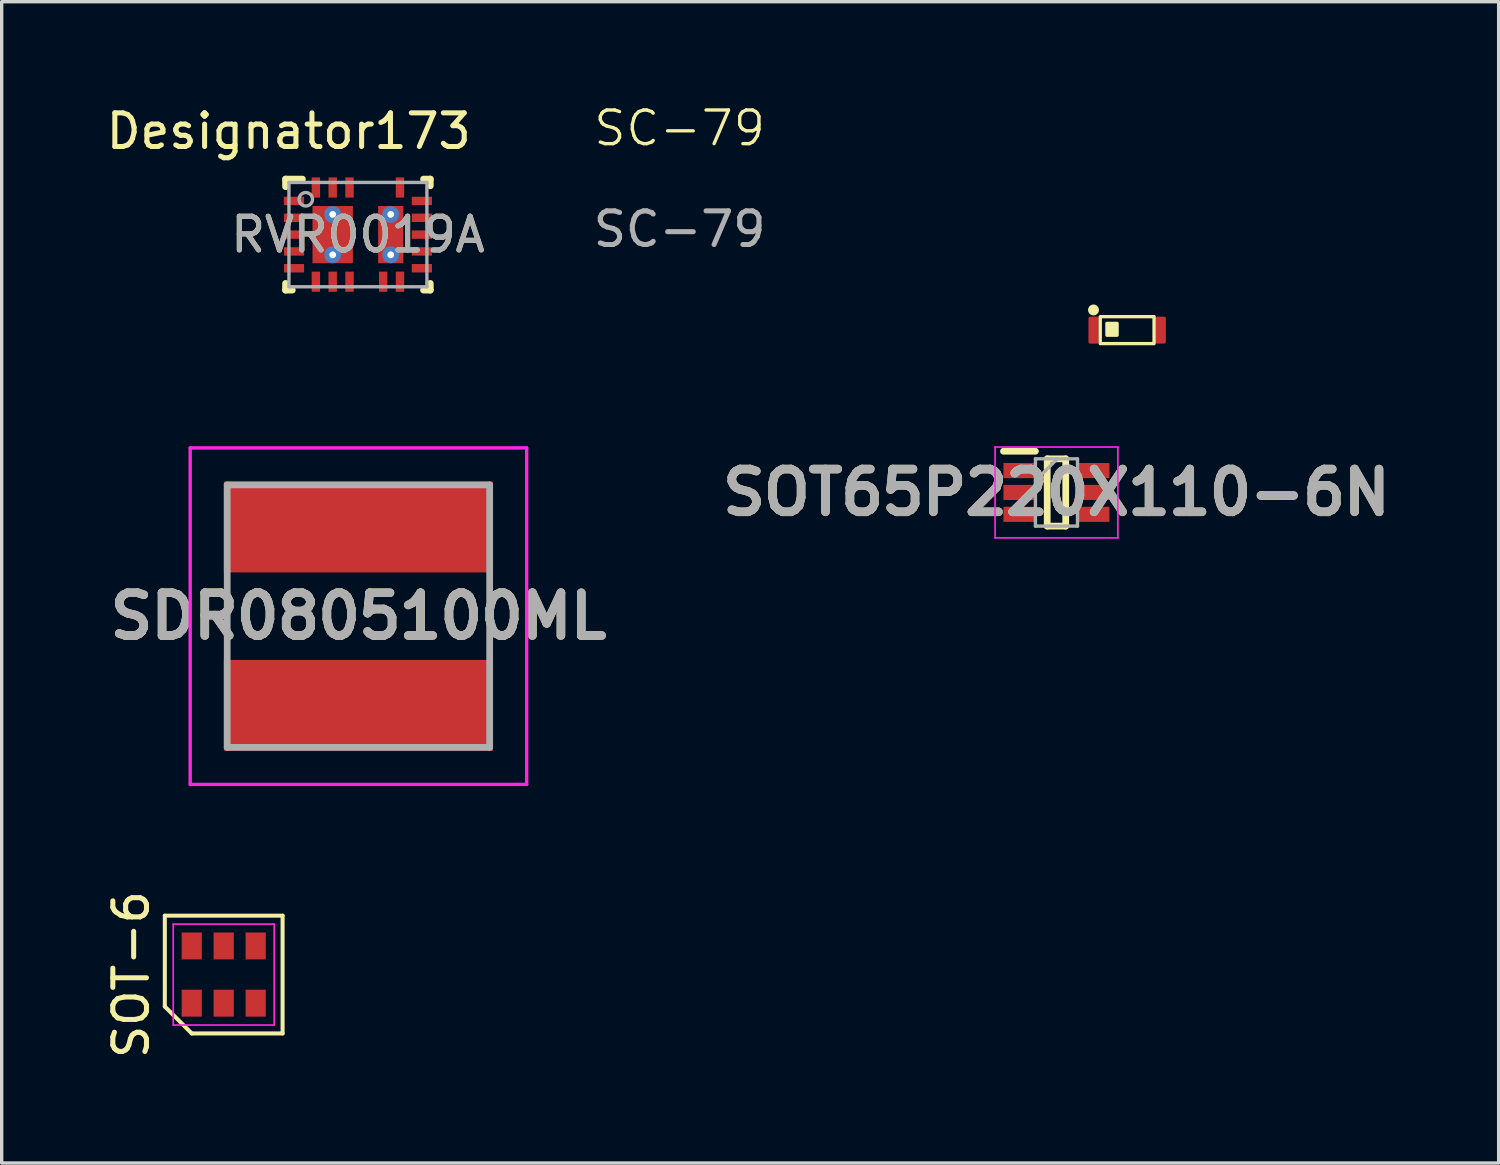
<source format=kicad_pcb>
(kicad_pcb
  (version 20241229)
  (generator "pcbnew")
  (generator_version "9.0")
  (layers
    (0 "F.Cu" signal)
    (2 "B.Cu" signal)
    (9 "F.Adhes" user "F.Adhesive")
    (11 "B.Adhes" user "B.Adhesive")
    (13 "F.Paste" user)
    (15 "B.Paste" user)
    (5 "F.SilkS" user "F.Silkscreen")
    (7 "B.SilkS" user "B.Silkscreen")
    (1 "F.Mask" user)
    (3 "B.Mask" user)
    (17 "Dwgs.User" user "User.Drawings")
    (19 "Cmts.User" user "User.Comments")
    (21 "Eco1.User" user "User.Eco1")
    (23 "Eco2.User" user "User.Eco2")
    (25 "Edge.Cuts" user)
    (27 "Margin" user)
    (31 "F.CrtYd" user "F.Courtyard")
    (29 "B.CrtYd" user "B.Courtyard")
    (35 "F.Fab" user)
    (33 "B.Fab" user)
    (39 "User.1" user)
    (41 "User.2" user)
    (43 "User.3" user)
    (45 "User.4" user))
  (footprint "SDR0805100ML"
    (layer "F.Cu")
    (at 7.602 15.261)
    (property "Reference" "SDR0805100ML" (at 0 0 0) (layer "F.SilkS") (effects (font (size 1.27 1.27) (thickness 0.254))))
    (attr smd)
    (fp_line (start -3.9 -1.2) (end -3.9 1.2) (stroke (width 0.1) (type solid)) (layer "F.SilkS"))
    (fp_line (start 3.9 -1.2) (end 3.9 1.2) (stroke (width 0.1) (type solid)) (layer "F.SilkS"))
    (fp_line (start -5 -5) (end 5 -5) (stroke (width 0.1) (type solid)) (layer "F.CrtYd"))
    (fp_line (start -5 5) (end -5 -5) (stroke (width 0.1) (type solid)) (layer "F.CrtYd"))
    (fp_line (start 5 -5) (end 5 5) (stroke (width 0.1) (type solid)) (layer "F.CrtYd"))
    (fp_line (start 5 5) (end -5 5) (stroke (width 0.1) (type solid)) (layer "F.CrtYd"))
    (fp_line (start -3.9 -3.9) (end 3.9 -3.9) (stroke (width 0.2) (type solid)) (layer "F.Fab"))
    (fp_line (start -3.9 3.9) (end -3.9 -3.9) (stroke (width 0.2) (type solid)) (layer "F.Fab"))
    (fp_line (start 3.9 -3.9) (end 3.9 3.9) (stroke (width 0.2) (type solid)) (layer "F.Fab"))
    (fp_line (start 3.9 3.9) (end -3.9 3.9) (stroke (width 0.2) (type solid)) (layer "F.Fab"))
    (fp_text user "${REFERENCE}" (at 0 0 0) (layer "F.Fab") (effects (font (size 1.27 1.27) (thickness 0.254))))
    (pad "1" smd rect (at 0 -2.65 90) (size 2.7 8) (layers "F.Cu" "F.Mask" "F.Paste"))
    (pad "2" smd rect (at 0 2.65 90) (size 2.7 8) (layers "F.Cu" "F.Mask" "F.Paste")))
  (footprint "SOT-6"
    (layer "F.Cu")
    (at 3.598 25.912)
    (property "Reference" "SOT-6" (at -2.75 0 90) (layer "F.SilkS") (effects (font (size 1 1) (thickness 0.15))))
    (attr smd)
    (fp_line (start -1.75 -1.75) (end 1.75 -1.75) (stroke (width 0.12) (type default)) (layer "F.SilkS"))
    (fp_line (start -1.75 0.95) (end -1.75 -1.75) (stroke (width 0.12) (type default)) (layer "F.SilkS"))
    (fp_line (start -0.95 1.75) (end -1.75 0.95) (stroke (width 0.12) (type default)) (layer "F.SilkS"))
    (fp_line (start 1.75 -1.75) (end 1.75 1.75) (stroke (width 0.12) (type default)) (layer "F.SilkS"))
    (fp_line (start 1.75 1.75) (end -0.95 1.75) (stroke (width 0.12) (type default)) (layer "F.SilkS"))
    (fp_line (start -1.5 -1.5) (end 1.5 -1.5) (stroke (width 0.05) (type default)) (layer "F.CrtYd"))
    (fp_line (start -1.5 1.5) (end -1.5 -1.5) (stroke (width 0.05) (type default)) (layer "F.CrtYd"))
    (fp_line (start 1.5 -1.5) (end 1.5 1.5) (stroke (width 0.05) (type default)) (layer "F.CrtYd"))
    (fp_line (start 1.5 1.5) (end -1.5 1.5) (stroke (width 0.05) (type default)) (layer "F.CrtYd"))
    (pad "1" smd rect (at -0.95 0.85) (size 0.6 0.8) (layers "F.Cu" "F.Mask" "F.Paste"))
    (pad "2" smd rect (at 0 0.85) (size 0.6 0.8) (layers "F.Cu" "F.Mask" "F.Paste"))
    (pad "3" smd rect (at 0.95 0.85) (size 0.6 0.8) (layers "F.Cu" "F.Mask" "F.Paste"))
    (pad "4" smd rect (at 0.95 -0.85) (size 0.6 0.8) (layers "F.Cu" "F.Mask" "F.Paste"))
    (pad "5" smd rect (at 0 -0.85) (size 0.6 0.8) (layers "F.Cu" "F.Mask" "F.Paste"))
    (pad "6" smd rect (at -0.95 -0.85) (size 0.6 0.8) (layers "F.Cu" "F.Mask" "F.Paste")))
  (footprint "RVR0019A"
    (layer "F.Cu")
    (at 7.587 3.922)
    (property "Reference" "RVR0019A" (at 0 0 0) (unlocked yes) (layer "F.SilkS") (effects (font (size 1 1) (thickness 0.15))))
    (attr smd)
    (fp_line (start -2.15 -1.65) (end -1.65 -1.65) (stroke (width 0.2) (type solid)) (layer "F.SilkS"))
    (fp_line (start -2.15 -1.425) (end -2.15 -1.65) (stroke (width 0.2) (type solid)) (layer "F.SilkS"))
    (fp_line (start -2.15 1.65) (end -2.15 1.45) (stroke (width 0.2) (type solid)) (layer "F.SilkS"))
    (fp_line (start -2.15 1.65) (end -1.95 1.65) (stroke (width 0.2) (type solid)) (layer "F.SilkS"))
    (fp_line (start 1.95 -1.65) (end 2.15 -1.65) (stroke (width 0.2) (type solid)) (layer "F.SilkS"))
    (fp_line (start 1.95 1.65) (end 2.15 1.65) (stroke (width 0.2) (type solid)) (layer "F.SilkS"))
    (fp_line (start 2.15 -1.45) (end 2.15 -1.65) (stroke (width 0.2) (type solid)) (layer "F.SilkS"))
    (fp_line (start 2.15 1.65) (end 2.15 1.45) (stroke (width 0.2) (type solid)) (layer "F.SilkS"))
    (fp_poly (pts (xy -1.315 -0.149) (xy -1.315 -0.801) (xy -1.314 -0.811) (xy -1.311 -0.82) (xy -1.307 -0.828) (xy -1.301 -0.836) (xy -1.293 -0.842) (xy -1.285 -0.846) (xy -1.276 -0.849) (xy -1.266 -0.85) (xy -0.234 -0.85) (xy -0.224 -0.849) (xy -0.215 -0.846) (xy -0.207 -0.842) (xy -0.199 -0.836) (xy -0.193 -0.828) (xy -0.189 -0.82) (xy -0.186 -0.811) (xy -0.185 -0.801) (xy -0.185 -0.149) (xy -0.186 -0.139) (xy -0.189 -0.13) (xy -0.193 -0.122) (xy -0.199 -0.114) (xy -0.207 -0.108) (xy -0.215 -0.104) (xy -0.224 -0.101) (xy -0.234 -0.1) (xy -1.266 -0.1) (xy -1.276 -0.101) (xy -1.285 -0.104) (xy -1.293 -0.108) (xy -1.301 -0.114) (xy -1.307 -0.122) (xy -1.311 -0.13) (xy -1.314 -0.139)) (stroke (width 0) (type solid)) (fill yes) (layer "F.Paste"))
    (fp_poly (pts (xy -1.315 0.801) (xy -1.315 0.149) (xy -1.314 0.139) (xy -1.311 0.13) (xy -1.307 0.122) (xy -1.301 0.114) (xy -1.293 0.108) (xy -1.285 0.104) (xy -1.276 0.101) (xy -1.266 0.1) (xy -0.234 0.1) (xy -0.224 0.101) (xy -0.215 0.104) (xy -0.207 0.108) (xy -0.199 0.114) (xy -0.193 0.122) (xy -0.189 0.13) (xy -0.186 0.139) (xy -0.185 0.149) (xy -0.185 0.801) (xy -0.186 0.811) (xy -0.189 0.82) (xy -0.193 0.828) (xy -0.199 0.836) (xy -0.207 0.842) (xy -0.215 0.846) (xy -0.224 0.849) (xy -0.234 0.85) (xy -1.266 0.85) (xy -1.276 0.849) (xy -1.285 0.846) (xy -1.293 0.842) (xy -1.301 0.836) (xy -1.307 0.828) (xy -1.311 0.82) (xy -1.314 0.811)) (stroke (width 0) (type solid)) (fill yes) (layer "F.Paste"))
    (fp_poly (pts (xy 0.62 -0.146) (xy 0.62 -0.804) (xy 0.621 -0.813) (xy 0.624 -0.822) (xy 0.628 -0.829) (xy 0.634 -0.836) (xy 0.641 -0.842) (xy 0.648 -0.846) (xy 0.657 -0.849) (xy 0.666 -0.85) (xy 1.284 -0.85) (xy 1.293 -0.849) (xy 1.302 -0.846) (xy 1.309 -0.842) (xy 1.316 -0.836) (xy 1.322 -0.829) (xy 1.326 -0.822) (xy 1.329 -0.813) (xy 1.33 -0.804) (xy 1.33 -0.146) (xy 1.329 -0.137) (xy 1.326 -0.128) (xy 1.322 -0.121) (xy 1.316 -0.114) (xy 1.309 -0.108) (xy 1.302 -0.104) (xy 1.293 -0.101) (xy 1.284 -0.1) (xy 0.666 -0.1) (xy 0.657 -0.101) (xy 0.648 -0.104) (xy 0.641 -0.108) (xy 0.634 -0.114) (xy 0.628 -0.121) (xy 0.624 -0.128) (xy 0.621 -0.137)) (stroke (width 0) (type solid)) (fill yes) (layer "F.Paste"))
    (fp_poly (pts (xy 0.62 0.804) (xy 0.62 0.146) (xy 0.621 0.137) (xy 0.624 0.128) (xy 0.628 0.121) (xy 0.634 0.114) (xy 0.641 0.108) (xy 0.648 0.104) (xy 0.657 0.101) (xy 0.666 0.1) (xy 1.284 0.1) (xy 1.293 0.101) (xy 1.302 0.104) (xy 1.309 0.108) (xy 1.316 0.114) (xy 1.322 0.121) (xy 1.326 0.128) (xy 1.329 0.137) (xy 1.33 0.146) (xy 1.33 0.804) (xy 1.329 0.813) (xy 1.326 0.822) (xy 1.322 0.829) (xy 1.316 0.836) (xy 1.309 0.842) (xy 1.302 0.846) (xy 1.293 0.849) (xy 1.284 0.85) (xy 0.666 0.85) (xy 0.657 0.849) (xy 0.648 0.846) (xy 0.641 0.842) (xy 0.634 0.836) (xy 0.628 0.829) (xy 0.624 0.822) (xy 0.621 0.813)) (stroke (width 0) (type solid)) (fill yes) (layer "F.Paste"))
    (fp_line (start -2.05 1.55) (end -2.05 -1.55) (stroke (width 0.1) (type solid)) (layer "F.Fab"))
    (fp_line (start -2.05 1.55) (end 2.05 1.55) (stroke (width 0.1) (type solid)) (layer "F.Fab"))
    (fp_line (start -2.05 -1.55) (end 2.05 -1.55) (stroke (width 0.1) (type solid)) (layer "F.Fab"))
    (fp_line (start 2.05 1.55) (end 2.05 -1.55) (stroke (width 0.1) (type solid)) (layer "F.Fab"))
    (fp_circle (center -1.55 -1.05) (end -1.35 -1.05) (stroke (width 0.1) (type solid)) (fill no) (layer "F.Fab"))
    (fp_text user "Designator173" (at -2.057 -3.073 0) (unlocked yes) (layer "F.SilkS") (effects (font (size 1 1) (thickness 0.15))))
    (fp_text user "${REFERENCE}" (at 0 0 0) (unlocked yes) (layer "F.Fab") (effects (font (size 1 1) (thickness 0.15))))
    (pad "1" smd rect (at -1.9 -1 90) (size 0.25 0.6) (layers "F.Cu" "F.Mask" "F.Paste"))
    (pad "2" smd rect (at -1.9 -0.5 90) (size 0.25 0.6) (layers "F.Cu" "F.Mask" "F.Paste"))
    (pad "3" smd rect (at -1.9 -0.000003 90) (size 0.25 0.6) (layers "F.Cu" "F.Mask" "F.Paste"))
    (pad "4" smd rect (at -1.9 0.5 90) (size 0.25 0.6) (layers "F.Cu" "F.Mask" "F.Paste"))
    (pad "5" smd rect (at -1.9 1 90) (size 0.25 0.6) (layers "F.Cu" "F.Mask" "F.Paste"))
    (pad "6" smd rect (at -1.25 1.4) (size 0.25 0.6) (layers "F.Cu" "F.Mask" "F.Paste"))
    (pad "7" smd rect (at -0.75 1.4) (size 0.25 0.6) (layers "F.Cu" "F.Mask" "F.Paste"))
    (pad "8" smd rect (at -0.25 1.4) (size 0.25 0.6) (layers "F.Cu" "F.Mask" "F.Paste"))
    (pad "9" smd rect (at 0.75 1.4) (size 0.25 0.6) (layers "F.Cu" "F.Mask" "F.Paste"))
    (pad "10" smd rect (at 1.25 1.4) (size 0.25 0.6) (layers "F.Cu" "F.Mask" "F.Paste"))
    (pad "11" smd rect (at 1.9 1 90) (size 0.25 0.6) (layers "F.Cu" "F.Mask" "F.Paste"))
    (pad "12" smd rect (at 1.9 0.5 90) (size 0.25 0.6) (layers "F.Cu" "F.Mask" "F.Paste"))
    (pad "13" smd rect (at 1.9 -0.000003 90) (size 0.25 0.6) (layers "F.Cu" "F.Mask" "F.Paste"))
    (pad "14" smd rect (at 1.9 -0.5 90) (size 0.25 0.6) (layers "F.Cu" "F.Mask" "F.Paste"))
    (pad "15" smd rect (at 1.9 -1 90) (size 0.25 0.6) (layers "F.Cu" "F.Mask" "F.Paste"))
    (pad "16" smd rect (at 1.25 -1.4) (size 0.25 0.6) (layers "F.Cu" "F.Mask" "F.Paste"))
    (pad "17" smd rect (at -0.25 -1.4) (size 0.25 0.6) (layers "F.Cu" "F.Mask" "F.Paste"))
    (pad "18" smd rect (at -0.75 -1.4) (size 0.25 0.6) (layers "F.Cu" "F.Mask" "F.Paste"))
    (pad "19" smd rect (at -1.25 -1.4) (size 0.25 0.6) (layers "F.Cu" "F.Mask" "F.Paste"))
    (pad "20" smd rect (at -0.75 -0.000003) (size 1.2 1.7) (layers "F.Cu" "F.Mask"))
    (pad "21" smd rect (at 0.975 0) (size 0.75 1.7) (layers "F.Cu" "F.Mask"))
    (pad "V" thru_hole circle (at -0.75 -0.6) (size 0.5 0.5) (drill 0.203) (layers "*.Cu" "*.Mask"))
    (pad "V" thru_hole circle (at -0.75 0.6) (size 0.5 0.5) (drill 0.203) (layers "*.Cu" "*.Mask"))
    (pad "V" thru_hole circle (at 0.975 -0.6) (size 0.5 0.5) (drill 0.203) (layers "*.Cu" "*.Mask"))
    (pad "V" thru_hole circle (at 0.975 0.6) (size 0.5 0.5) (drill 0.203) (layers "*.Cu" "*.Mask")))
  (footprint "SOT65P220X110-6N"
    (layer "F.Cu")
    (at 28.346 11.585)
    (property "Reference" "SOT65P220X110-6N" (at 0 0 0) (layer "F.SilkS") (effects (font (size 1.27 1.27) (thickness 0.254))))
    (attr smd)
    (fp_line (start -1.575 -1.225) (end -0.625 -1.225) (stroke (width 0.2) (type solid)) (layer "F.SilkS"))
    (fp_line (start -0.275 -1) (end 0.275 -1) (stroke (width 0.2) (type solid)) (layer "F.SilkS"))
    (fp_line (start -0.275 1) (end -0.275 -1) (stroke (width 0.2) (type solid)) (layer "F.SilkS"))
    (fp_line (start 0.275 -1) (end 0.275 1) (stroke (width 0.2) (type solid)) (layer "F.SilkS"))
    (fp_line (start 0.275 1) (end -0.275 1) (stroke (width 0.2) (type solid)) (layer "F.SilkS"))
    (fp_line (start -1.825 -1.35) (end 1.825 -1.35) (stroke (width 0.05) (type solid)) (layer "F.CrtYd"))
    (fp_line (start -1.825 1.35) (end -1.825 -1.35) (stroke (width 0.05) (type solid)) (layer "F.CrtYd"))
    (fp_line (start 1.825 -1.35) (end 1.825 1.35) (stroke (width 0.05) (type solid)) (layer "F.CrtYd"))
    (fp_line (start 1.825 1.35) (end -1.825 1.35) (stroke (width 0.05) (type solid)) (layer "F.CrtYd"))
    (fp_line (start -0.625 -1) (end 0.625 -1) (stroke (width 0.1) (type solid)) (layer "F.Fab"))
    (fp_line (start -0.625 -0.35) (end 0.025 -1) (stroke (width 0.1) (type solid)) (layer "F.Fab"))
    (fp_line (start -0.625 1) (end -0.625 -1) (stroke (width 0.1) (type solid)) (layer "F.Fab"))
    (fp_line (start 0.625 -1) (end 0.625 1) (stroke (width 0.1) (type solid)) (layer "F.Fab"))
    (fp_line (start 0.625 1) (end -0.625 1) (stroke (width 0.1) (type solid)) (layer "F.Fab"))
    (fp_text user "${REFERENCE}" (at 0 0 0) (layer "F.Fab") (effects (font (size 1.27 1.27) (thickness 0.254))))
    (pad "1" smd rect (at -1.1 -0.65 90) (size 0.45 0.95) (layers "F.Cu" "F.Mask" "F.Paste"))
    (pad "2" smd rect (at -1.1 0 90) (size 0.45 0.95) (layers "F.Cu" "F.Mask" "F.Paste"))
    (pad "3" smd rect (at -1.1 0.65 90) (size 0.45 0.95) (layers "F.Cu" "F.Mask" "F.Paste"))
    (pad "4" smd rect (at 1.1 0.65 90) (size 0.45 0.95) (layers "F.Cu" "F.Mask" "F.Paste"))
    (pad "5" smd rect (at 1.1 0 90) (size 0.45 0.95) (layers "F.Cu" "F.Mask" "F.Paste"))
    (pad "6" smd rect (at 1.1 -0.65 90) (size 0.45 0.95) (layers "F.Cu" "F.Mask" "F.Paste")))
  (footprint "SC-79"
    (layer "F.Cu")
    (at 30.447 6.761)
    (property "Reference" "SC-79" (at -13.3 -6 0) (unlocked yes) (layer "F.SilkS") (effects (font (size 1 1) (thickness 0.1))))
    (attr smd)
    (fp_rect (start -0.8 -0.4) (end 0.8 0.4) (stroke (width 0.1) (type solid)) (fill no) (layer "F.SilkS"))
    (fp_rect (start -0.6 -0.2) (end -0.3 0.15) (stroke (width 0.1) (type solid)) (fill yes) (layer "F.SilkS"))
    (fp_circle (center -1 -0.6) (end -0.95 -0.7) (stroke (width 0.1) (type solid)) (fill yes) (layer "F.SilkS"))
    (fp_text user "${REFERENCE}" (at -13.3 -3 0) (unlocked yes) (layer "F.Fab") (effects (font (size 1 1) (thickness 0.15))))
    (pad "1" smd roundrect (at -1 0 180) (size 0.3 0.8) (layers "F.Cu" "F.Mask" "F.Paste") (roundrect_rratio 0.15))
    (pad "2" smd roundrect (at 1 0 180) (size 0.3 0.8) (layers "F.Cu" "F.Mask" "F.Paste") (roundrect_rratio 0.15)))
  (gr_rect
    (start -3 -3)
    (end 41.487 31.513)
    (stroke (width 0.1) (type default))
    (fill no)
    (layer "Edge.Cuts")))
</source>
